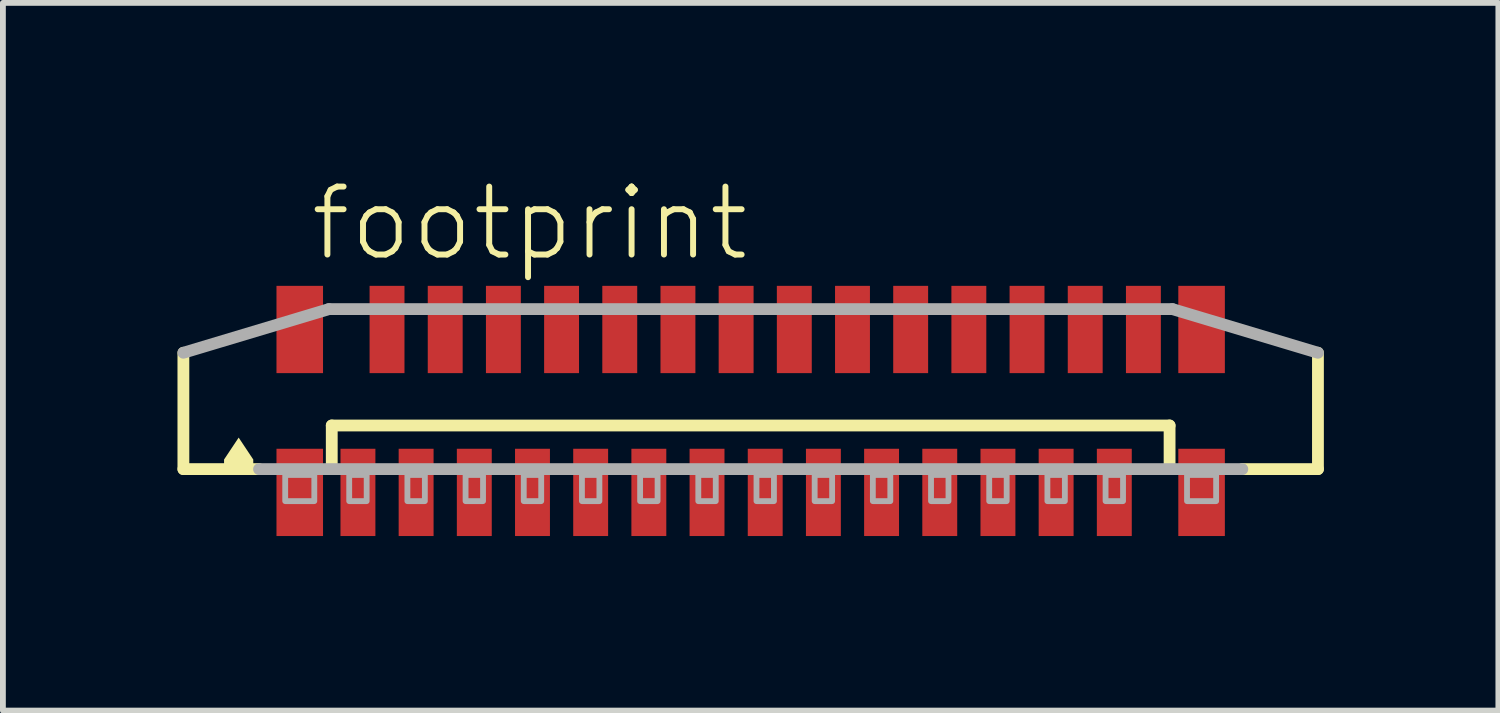
<source format=kicad_pcb>
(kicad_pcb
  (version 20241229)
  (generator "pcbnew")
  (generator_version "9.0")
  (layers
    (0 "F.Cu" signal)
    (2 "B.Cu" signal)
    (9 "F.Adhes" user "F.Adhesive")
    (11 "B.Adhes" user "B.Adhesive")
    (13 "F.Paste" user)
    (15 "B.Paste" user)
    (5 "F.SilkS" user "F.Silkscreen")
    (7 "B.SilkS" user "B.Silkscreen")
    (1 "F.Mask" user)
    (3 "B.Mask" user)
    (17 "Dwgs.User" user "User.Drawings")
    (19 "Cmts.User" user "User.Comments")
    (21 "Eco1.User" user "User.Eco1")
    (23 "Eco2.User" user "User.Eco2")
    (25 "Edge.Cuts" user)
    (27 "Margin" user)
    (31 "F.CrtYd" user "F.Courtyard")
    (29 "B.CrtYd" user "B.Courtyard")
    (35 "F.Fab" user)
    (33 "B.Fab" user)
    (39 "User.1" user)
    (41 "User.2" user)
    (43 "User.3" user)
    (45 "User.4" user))
  (footprint "footprint"
    (layer "F.Cu")
    (at 9.852 4.013)
    (property "Reference" "footprint" (at -7.62 -2.54 0) (layer "F.SilkS") (effects (font (size 1.168 1.168) (thickness 0.102)) (justify left bottom)))
    (fp_line (start -9.75 1) (end -9.75 -1) (stroke (width 0.203) (type solid)) (layer "F.SilkS"))
    (fp_line (start -8.45 1) (end -9.75 1) (stroke (width 0.203) (type solid)) (layer "F.SilkS"))
    (fp_line (start -7.2 0.25) (end 7.2 0.25) (stroke (width 0.203) (type solid)) (layer "F.SilkS"))
    (fp_line (start -7.2 1) (end -7.2 0.25) (stroke (width 0.203) (type solid)) (layer "F.SilkS"))
    (fp_line (start 7.2 0.25) (end 7.2 1) (stroke (width 0.203) (type solid)) (layer "F.SilkS"))
    (fp_line (start 9.75 -1) (end 9.75 1) (stroke (width 0.203) (type solid)) (layer "F.SilkS"))
    (fp_line (start 9.75 1) (end 8.45 1) (stroke (width 0.203) (type solid)) (layer "F.SilkS"))
    (fp_poly (pts (xy -8.549 0.835) (xy -8.549 1.001) (xy -9.051 1.001) (xy -9.051 0.835) (xy -8.8 0.458)) (stroke (width 0) (type solid)) (fill yes) (layer "F.SilkS"))
    (fp_line (start -9.75 -1) (end -7.25 -1.75) (stroke (width 0.203) (type solid)) (layer "F.Fab"))
    (fp_line (start -7.25 -1.75) (end 7.25 -1.75) (stroke (width 0.203) (type solid)) (layer "F.Fab"))
    (fp_line (start 7.25 -1.75) (end 9.75 -1) (stroke (width 0.203) (type solid)) (layer "F.Fab"))
    (fp_line (start 8.45 1) (end -8.45 1) (stroke (width 0.203) (type solid)) (layer "F.Fab"))
    (fp_poly (pts (xy -8 1.55) (xy -7.5 1.55) (xy -7.5 1.1) (xy -8 1.1)) (stroke (width 0.1) (type solid)) (fill no) (layer "F.Fab"))
    (fp_poly (pts (xy -6.9 1.55) (xy -6.6 1.55) (xy -6.6 1.1) (xy -6.9 1.1)) (stroke (width 0.1) (type solid)) (fill no) (layer "F.Fab"))
    (fp_poly (pts (xy -5.9 1.55) (xy -5.6 1.55) (xy -5.6 1.1) (xy -5.9 1.1)) (stroke (width 0.1) (type solid)) (fill no) (layer "F.Fab"))
    (fp_poly (pts (xy -4.9 1.55) (xy -4.6 1.55) (xy -4.6 1.1) (xy -4.9 1.1)) (stroke (width 0.1) (type solid)) (fill no) (layer "F.Fab"))
    (fp_poly (pts (xy -3.9 1.55) (xy -3.6 1.55) (xy -3.6 1.1) (xy -3.9 1.1)) (stroke (width 0.1) (type solid)) (fill no) (layer "F.Fab"))
    (fp_poly (pts (xy -2.9 1.55) (xy -2.6 1.55) (xy -2.6 1.1) (xy -2.9 1.1)) (stroke (width 0.1) (type solid)) (fill no) (layer "F.Fab"))
    (fp_poly (pts (xy -1.9 1.55) (xy -1.6 1.55) (xy -1.6 1.1) (xy -1.9 1.1)) (stroke (width 0.1) (type solid)) (fill no) (layer "F.Fab"))
    (fp_poly (pts (xy -0.9 1.55) (xy -0.6 1.55) (xy -0.6 1.1) (xy -0.9 1.1)) (stroke (width 0.1) (type solid)) (fill no) (layer "F.Fab"))
    (fp_poly (pts (xy 0.1 1.55) (xy 0.4 1.55) (xy 0.4 1.1) (xy 0.1 1.1)) (stroke (width 0.1) (type solid)) (fill no) (layer "F.Fab"))
    (fp_poly (pts (xy 1.1 1.55) (xy 1.4 1.55) (xy 1.4 1.1) (xy 1.1 1.1)) (stroke (width 0.1) (type solid)) (fill no) (layer "F.Fab"))
    (fp_poly (pts (xy 2.1 1.55) (xy 2.4 1.55) (xy 2.4 1.1) (xy 2.1 1.1)) (stroke (width 0.1) (type solid)) (fill no) (layer "F.Fab"))
    (fp_poly (pts (xy 3.1 1.55) (xy 3.4 1.55) (xy 3.4 1.1) (xy 3.1 1.1)) (stroke (width 0.1) (type solid)) (fill no) (layer "F.Fab"))
    (fp_poly (pts (xy 4.1 1.55) (xy 4.4 1.55) (xy 4.4 1.1) (xy 4.1 1.1)) (stroke (width 0.1) (type solid)) (fill no) (layer "F.Fab"))
    (fp_poly (pts (xy 5.1 1.55) (xy 5.4 1.55) (xy 5.4 1.1) (xy 5.1 1.1)) (stroke (width 0.1) (type solid)) (fill no) (layer "F.Fab"))
    (fp_poly (pts (xy 6.1 1.55) (xy 6.4 1.55) (xy 6.4 1.1) (xy 6.1 1.1)) (stroke (width 0.1) (type solid)) (fill no) (layer "F.Fab"))
    (fp_poly (pts (xy 7.5 1.55) (xy 8 1.55) (xy 8 1.1) (xy 7.5 1.1)) (stroke (width 0.1) (type solid)) (fill no) (layer "F.Fab"))
    (pad "1" smd rect (at -6.75 1.4) (size 0.6 1.5) (layers "F.Cu" "F.Mask" "F.Paste"))
    (pad "2" smd rect (at -6.25 -1.4 180) (size 0.6 1.5) (layers "F.Cu" "F.Mask" "F.Paste"))
    (pad "3" smd rect (at -5.75 1.4) (size 0.6 1.5) (layers "F.Cu" "F.Mask" "F.Paste"))
    (pad "4" smd rect (at -5.25 -1.4 180) (size 0.6 1.5) (layers "F.Cu" "F.Mask" "F.Paste"))
    (pad "5" smd rect (at -4.75 1.4) (size 0.6 1.5) (layers "F.Cu" "F.Mask" "F.Paste"))
    (pad "6" smd rect (at -4.25 -1.4 180) (size 0.6 1.5) (layers "F.Cu" "F.Mask" "F.Paste"))
    (pad "7" smd rect (at -3.75 1.4) (size 0.6 1.5) (layers "F.Cu" "F.Mask" "F.Paste"))
    (pad "8" smd rect (at -3.25 -1.4 180) (size 0.6 1.5) (layers "F.Cu" "F.Mask" "F.Paste"))
    (pad "9" smd rect (at -2.75 1.4) (size 0.6 1.5) (layers "F.Cu" "F.Mask" "F.Paste"))
    (pad "10" smd rect (at -2.25 -1.4 180) (size 0.6 1.5) (layers "F.Cu" "F.Mask" "F.Paste"))
    (pad "11" smd rect (at -1.75 1.4) (size 0.6 1.5) (layers "F.Cu" "F.Mask" "F.Paste"))
    (pad "12" smd rect (at -1.25 -1.4 180) (size 0.6 1.5) (layers "F.Cu" "F.Mask" "F.Paste"))
    (pad "13" smd rect (at -0.75 1.4) (size 0.6 1.5) (layers "F.Cu" "F.Mask" "F.Paste"))
    (pad "14" smd rect (at -0.25 -1.4 180) (size 0.6 1.5) (layers "F.Cu" "F.Mask" "F.Paste"))
    (pad "15" smd rect (at 0.25 1.4) (size 0.6 1.5) (layers "F.Cu" "F.Mask" "F.Paste"))
    (pad "16" smd rect (at 0.75 -1.4 180) (size 0.6 1.5) (layers "F.Cu" "F.Mask" "F.Paste"))
    (pad "17" smd rect (at 1.25 1.4) (size 0.6 1.5) (layers "F.Cu" "F.Mask" "F.Paste"))
    (pad "18" smd rect (at 1.75 -1.4 180) (size 0.6 1.5) (layers "F.Cu" "F.Mask" "F.Paste"))
    (pad "19" smd rect (at 2.25 1.4) (size 0.6 1.5) (layers "F.Cu" "F.Mask" "F.Paste"))
    (pad "20" smd rect (at 2.75 -1.4 180) (size 0.6 1.5) (layers "F.Cu" "F.Mask" "F.Paste"))
    (pad "21" smd rect (at 3.25 1.4) (size 0.6 1.5) (layers "F.Cu" "F.Mask" "F.Paste"))
    (pad "22" smd rect (at 3.75 -1.4 180) (size 0.6 1.5) (layers "F.Cu" "F.Mask" "F.Paste"))
    (pad "23" smd rect (at 4.25 1.4) (size 0.6 1.5) (layers "F.Cu" "F.Mask" "F.Paste"))
    (pad "24" smd rect (at 4.75 -1.4 180) (size 0.6 1.5) (layers "F.Cu" "F.Mask" "F.Paste"))
    (pad "25" smd rect (at 5.25 1.4) (size 0.6 1.5) (layers "F.Cu" "F.Mask" "F.Paste"))
    (pad "26" smd rect (at 5.75 -1.4 180) (size 0.6 1.5) (layers "F.Cu" "F.Mask" "F.Paste"))
    (pad "27" smd rect (at 6.25 1.4) (size 0.6 1.5) (layers "F.Cu" "F.Mask" "F.Paste"))
    (pad "28" smd rect (at 6.75 -1.4 180) (size 0.6 1.5) (layers "F.Cu" "F.Mask" "F.Paste"))
    (pad "M1" smd rect (at -7.75 1.4) (size 0.8 1.5) (layers "F.Cu" "F.Mask" "F.Paste"))
    (pad "M2" smd rect (at 7.75 1.4) (size 0.8 1.5) (layers "F.Cu" "F.Mask" "F.Paste"))
    (pad "M3" smd rect (at 7.75 -1.4 180) (size 0.8 1.5) (layers "F.Cu" "F.Mask" "F.Paste"))
    (pad "M4" smd rect (at -7.75 -1.4 180) (size 0.8 1.5) (layers "F.Cu" "F.Mask" "F.Paste")))
  (gr_rect
    (start -3 -3)
    (end 22.703 9.163)
    (stroke (width 0.1) (type default))
    (fill no)
    (layer "Edge.Cuts")))
</source>
